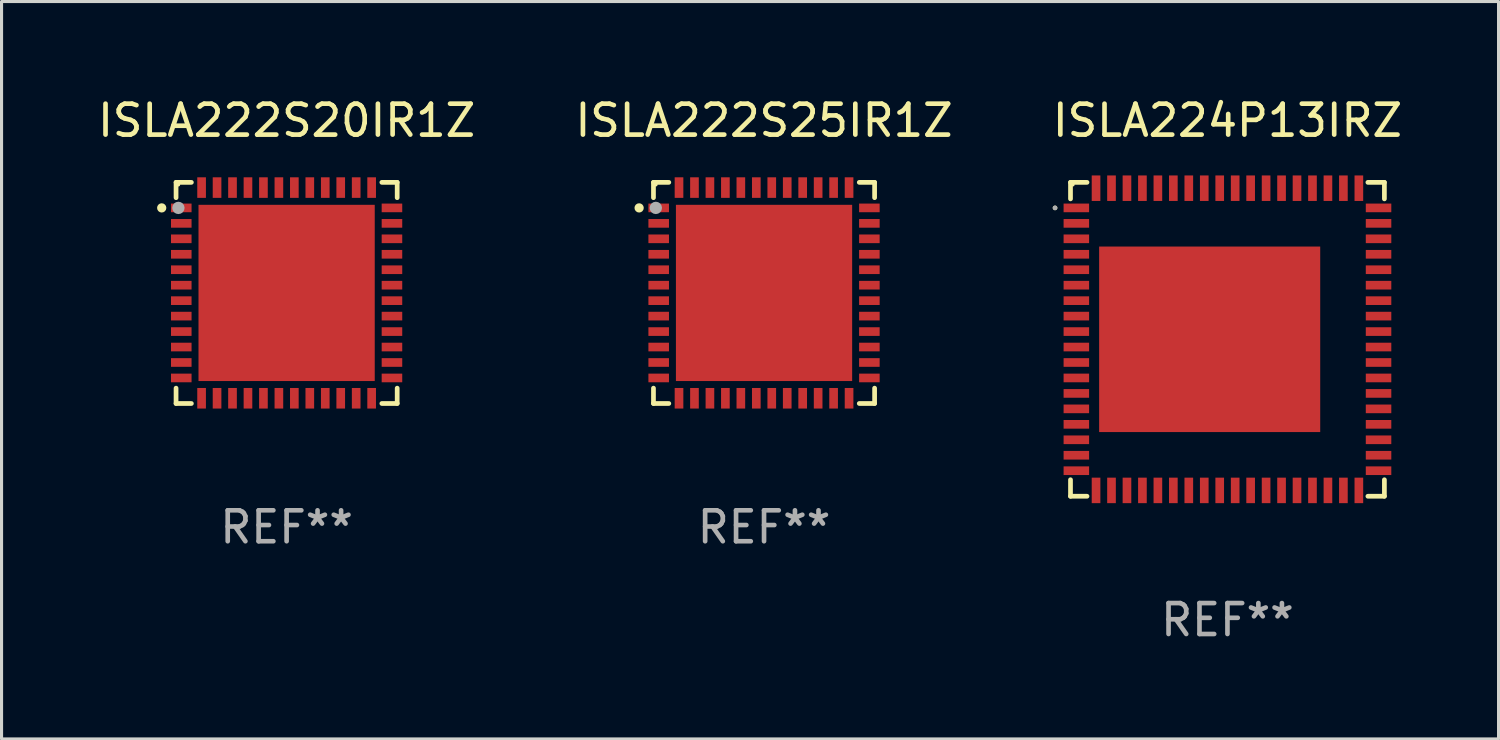
<source format=kicad_pcb>
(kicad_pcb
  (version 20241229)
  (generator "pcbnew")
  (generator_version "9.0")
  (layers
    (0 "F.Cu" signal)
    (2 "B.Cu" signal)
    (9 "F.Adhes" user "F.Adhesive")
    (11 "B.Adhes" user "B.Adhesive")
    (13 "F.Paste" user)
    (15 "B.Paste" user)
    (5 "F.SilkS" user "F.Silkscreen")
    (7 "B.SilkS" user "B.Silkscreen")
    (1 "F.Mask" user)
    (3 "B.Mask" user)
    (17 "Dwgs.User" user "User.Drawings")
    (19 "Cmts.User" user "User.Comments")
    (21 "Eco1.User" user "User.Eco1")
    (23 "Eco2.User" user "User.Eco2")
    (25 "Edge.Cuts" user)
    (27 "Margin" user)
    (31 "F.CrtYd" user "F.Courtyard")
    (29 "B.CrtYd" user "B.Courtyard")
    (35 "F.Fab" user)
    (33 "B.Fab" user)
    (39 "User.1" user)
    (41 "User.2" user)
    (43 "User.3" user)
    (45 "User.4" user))
  (footprint "ISLA222S20IR1Z"
    (layer "F.Cu")
    (at 6.22 6.424)
    (property "Reference" "ISLA222S20IR1Z" (at 0 -5.576 0) (layer "F.SilkS") (effects (font (size 1 1) (thickness 0.15))))
    (attr through_hole)
    (fp_line (start -3.576 -3.576) (end -3.576 -3.08) (stroke (width 0.152) (type solid)) (layer "F.SilkS"))
    (fp_line (start -3.576 3.576) (end -3.576 3.08) (stroke (width 0.152) (type solid)) (layer "F.SilkS"))
    (fp_line (start -3.08 -3.576) (end -3.576 -3.576) (stroke (width 0.152) (type solid)) (layer "F.SilkS"))
    (fp_line (start -3.08 3.576) (end -3.576 3.576) (stroke (width 0.152) (type solid)) (layer "F.SilkS"))
    (fp_line (start 3.08 -3.576) (end 3.576 -3.576) (stroke (width 0.152) (type solid)) (layer "F.SilkS"))
    (fp_line (start 3.08 3.576) (end 3.576 3.576) (stroke (width 0.152) (type solid)) (layer "F.SilkS"))
    (fp_line (start 3.576 -3.576) (end 3.576 -3.08) (stroke (width 0.152) (type solid)) (layer "F.SilkS"))
    (fp_line (start 3.576 3.576) (end 3.576 3.08) (stroke (width 0.152) (type solid)) (layer "F.SilkS"))
    (fp_circle (center -4.04 -2.75) (end -3.965 -2.75) (stroke (width 0.15) (type solid)) (fill no) (layer "F.SilkS"))
    (fp_circle (center -3.5 -3.5) (end -3.47 -3.5) (stroke (width 0.06) (type solid)) (fill no) (layer "F.SilkS"))
    (fp_circle (center -3.5 -2.75) (end -3.4 -2.75) (stroke (width 0.2) (type solid)) (fill no) (layer "F.Fab"))
    (fp_text user "REF**" (at 0 7.576 0) (layer "F.Fab") (effects (font (size 1 1) (thickness 0.15))))
    (pad "1" smd rect (at -3.407 -2.75) (size 0.665 0.28) (layers "F.Cu" "F.Mask" "F.Paste"))
    (pad "2" smd rect (at -3.407 -2.25) (size 0.665 0.28) (layers "F.Cu" "F.Mask" "F.Paste"))
    (pad "3" smd rect (at -3.407 -1.75) (size 0.665 0.28) (layers "F.Cu" "F.Mask" "F.Paste"))
    (pad "4" smd rect (at -3.407 -1.25) (size 0.665 0.28) (layers "F.Cu" "F.Mask" "F.Paste"))
    (pad "5" smd rect (at -3.407 -0.75) (size 0.665 0.28) (layers "F.Cu" "F.Mask" "F.Paste"))
    (pad "6" smd rect (at -3.407 -0.25) (size 0.665 0.28) (layers "F.Cu" "F.Mask" "F.Paste"))
    (pad "7" smd rect (at -3.407 0.25) (size 0.665 0.28) (layers "F.Cu" "F.Mask" "F.Paste"))
    (pad "8" smd rect (at -3.407 0.75) (size 0.665 0.28) (layers "F.Cu" "F.Mask" "F.Paste"))
    (pad "9" smd rect (at -3.407 1.25) (size 0.665 0.28) (layers "F.Cu" "F.Mask" "F.Paste"))
    (pad "10" smd rect (at -3.407 1.75) (size 0.665 0.28) (layers "F.Cu" "F.Mask" "F.Paste"))
    (pad "11" smd rect (at -3.407 2.25) (size 0.665 0.28) (layers "F.Cu" "F.Mask" "F.Paste"))
    (pad "12" smd rect (at -3.407 2.75) (size 0.665 0.28) (layers "F.Cu" "F.Mask" "F.Paste"))
    (pad "13" smd rect (at -2.75 3.407) (size 0.28 0.665) (layers "F.Cu" "F.Mask" "F.Paste"))
    (pad "14" smd rect (at -2.25 3.407) (size 0.28 0.665) (layers "F.Cu" "F.Mask" "F.Paste"))
    (pad "15" smd rect (at -1.75 3.407) (size 0.28 0.665) (layers "F.Cu" "F.Mask" "F.Paste"))
    (pad "16" smd rect (at -1.25 3.407) (size 0.28 0.665) (layers "F.Cu" "F.Mask" "F.Paste"))
    (pad "17" smd rect (at -0.75 3.407) (size 0.28 0.665) (layers "F.Cu" "F.Mask" "F.Paste"))
    (pad "18" smd rect (at -0.25 3.407) (size 0.28 0.665) (layers "F.Cu" "F.Mask" "F.Paste"))
    (pad "19" smd rect (at 0.25 3.407) (size 0.28 0.665) (layers "F.Cu" "F.Mask" "F.Paste"))
    (pad "20" smd rect (at 0.75 3.407) (size 0.28 0.665) (layers "F.Cu" "F.Mask" "F.Paste"))
    (pad "21" smd rect (at 1.25 3.407) (size 0.28 0.665) (layers "F.Cu" "F.Mask" "F.Paste"))
    (pad "22" smd rect (at 1.75 3.407) (size 0.28 0.665) (layers "F.Cu" "F.Mask" "F.Paste"))
    (pad "23" smd rect (at 2.25 3.407) (size 0.28 0.665) (layers "F.Cu" "F.Mask" "F.Paste"))
    (pad "24" smd rect (at 2.75 3.407) (size 0.28 0.665) (layers "F.Cu" "F.Mask" "F.Paste"))
    (pad "25" smd rect (at 3.407 2.75) (size 0.665 0.28) (layers "F.Cu" "F.Mask" "F.Paste"))
    (pad "26" smd rect (at 3.407 2.25) (size 0.665 0.28) (layers "F.Cu" "F.Mask" "F.Paste"))
    (pad "27" smd rect (at 3.407 1.75) (size 0.665 0.28) (layers "F.Cu" "F.Mask" "F.Paste"))
    (pad "28" smd rect (at 3.407 1.25) (size 0.665 0.28) (layers "F.Cu" "F.Mask" "F.Paste"))
    (pad "29" smd rect (at 3.407 0.75) (size 0.665 0.28) (layers "F.Cu" "F.Mask" "F.Paste"))
    (pad "30" smd rect (at 3.407 0.25) (size 0.665 0.28) (layers "F.Cu" "F.Mask" "F.Paste"))
    (pad "31" smd rect (at 3.407 -0.25) (size 0.665 0.28) (layers "F.Cu" "F.Mask" "F.Paste"))
    (pad "32" smd rect (at 3.407 -0.75) (size 0.665 0.28) (layers "F.Cu" "F.Mask" "F.Paste"))
    (pad "33" smd rect (at 3.407 -1.25) (size 0.665 0.28) (layers "F.Cu" "F.Mask" "F.Paste"))
    (pad "34" smd rect (at 3.407 -1.75) (size 0.665 0.28) (layers "F.Cu" "F.Mask" "F.Paste"))
    (pad "35" smd rect (at 3.407 -2.25) (size 0.665 0.28) (layers "F.Cu" "F.Mask" "F.Paste"))
    (pad "36" smd rect (at 3.407 -2.75) (size 0.665 0.28) (layers "F.Cu" "F.Mask" "F.Paste"))
    (pad "37" smd rect (at 2.75 -3.407) (size 0.28 0.665) (layers "F.Cu" "F.Mask" "F.Paste"))
    (pad "38" smd rect (at 2.25 -3.407) (size 0.28 0.665) (layers "F.Cu" "F.Mask" "F.Paste"))
    (pad "39" smd rect (at 1.75 -3.407) (size 0.28 0.665) (layers "F.Cu" "F.Mask" "F.Paste"))
    (pad "40" smd rect (at 1.25 -3.407) (size 0.28 0.665) (layers "F.Cu" "F.Mask" "F.Paste"))
    (pad "41" smd rect (at 0.75 -3.407) (size 0.28 0.665) (layers "F.Cu" "F.Mask" "F.Paste"))
    (pad "42" smd rect (at 0.25 -3.407) (size 0.28 0.665) (layers "F.Cu" "F.Mask" "F.Paste"))
    (pad "43" smd rect (at -0.25 -3.407) (size 0.28 0.665) (layers "F.Cu" "F.Mask" "F.Paste"))
    (pad "44" smd rect (at -0.75 -3.407) (size 0.28 0.665) (layers "F.Cu" "F.Mask" "F.Paste"))
    (pad "45" smd rect (at -1.25 -3.407) (size 0.28 0.665) (layers "F.Cu" "F.Mask" "F.Paste"))
    (pad "46" smd rect (at -1.75 -3.407) (size 0.28 0.665) (layers "F.Cu" "F.Mask" "F.Paste"))
    (pad "47" smd rect (at -2.25 -3.407) (size 0.28 0.665) (layers "F.Cu" "F.Mask" "F.Paste"))
    (pad "48" smd rect (at -2.75 -3.407) (size 0.28 0.665) (layers "F.Cu" "F.Mask" "F.Paste"))
    (pad "49" smd rect (at 0 0) (size 5.7 5.7) (layers "F.Cu" "F.Mask" "F.Paste")))
  (footprint "ISLA224P13IRZ"
    (layer "F.Cu")
    (at 36.649 7.924)
    (property "Reference" "ISLA224P13IRZ" (at 0 -7.076 0) (layer "F.SilkS") (effects (font (size 1 1) (thickness 0.15))))
    (attr through_hole)
    (fp_line (start -5.076 -5.076) (end -4.542 -5.076) (stroke (width 0.152) (type solid)) (layer "F.SilkS"))
    (fp_line (start -5.076 -4.542) (end -5.076 -5.076) (stroke (width 0.152) (type solid)) (layer "F.SilkS"))
    (fp_line (start -5.076 4.542) (end -5.076 5.076) (stroke (width 0.152) (type solid)) (layer "F.SilkS"))
    (fp_line (start -5.076 5.076) (end -4.542 5.076) (stroke (width 0.152) (type solid)) (layer "F.SilkS"))
    (fp_line (start 5.076 -5.076) (end 4.542 -5.076) (stroke (width 0.152) (type solid)) (layer "F.SilkS"))
    (fp_line (start 5.076 -4.542) (end 5.076 -5.076) (stroke (width 0.152) (type solid)) (layer "F.SilkS"))
    (fp_line (start 5.076 4.542) (end 5.076 5.076) (stroke (width 0.152) (type solid)) (layer "F.SilkS"))
    (fp_line (start 5.076 5.076) (end 4.542 5.076) (stroke (width 0.152) (type solid)) (layer "F.SilkS"))
    (fp_circle (center -5.576 -4.25) (end -5.538 -4.25) (stroke (width 0.075) (type solid)) (fill no) (layer "F.SilkS"))
    (fp_circle (center -5 -5) (end -4.97 -5) (stroke (width 0.06) (type solid)) (fill no) (layer "F.SilkS"))
    (fp_circle (center -5.576 -4.25) (end -5.538 -4.25) (stroke (width 0.075) (type solid)) (fill no) (layer "F.Fab"))
    (fp_text user "REF**" (at 0 9.076 0) (layer "F.Fab") (effects (font (size 1 1) (thickness 0.15))))
    (pad "1" smd rect (at -4.887 -4.25) (size 0.825 0.28) (layers "F.Cu" "F.Mask" "F.Paste"))
    (pad "2" smd rect (at -4.887 -3.75) (size 0.825 0.28) (layers "F.Cu" "F.Mask" "F.Paste"))
    (pad "3" smd rect (at -4.887 -3.25) (size 0.825 0.28) (layers "F.Cu" "F.Mask" "F.Paste"))
    (pad "4" smd rect (at -4.887 -2.75) (size 0.825 0.28) (layers "F.Cu" "F.Mask" "F.Paste"))
    (pad "5" smd rect (at -4.887 -2.25) (size 0.825 0.28) (layers "F.Cu" "F.Mask" "F.Paste"))
    (pad "6" smd rect (at -4.887 -1.75) (size 0.825 0.28) (layers "F.Cu" "F.Mask" "F.Paste"))
    (pad "7" smd rect (at -4.887 -1.25) (size 0.825 0.28) (layers "F.Cu" "F.Mask" "F.Paste"))
    (pad "8" smd rect (at -4.887 -0.75) (size 0.825 0.28) (layers "F.Cu" "F.Mask" "F.Paste"))
    (pad "9" smd rect (at -4.887 -0.25) (size 0.825 0.28) (layers "F.Cu" "F.Mask" "F.Paste"))
    (pad "10" smd rect (at -4.887 0.25) (size 0.825 0.28) (layers "F.Cu" "F.Mask" "F.Paste"))
    (pad "11" smd rect (at -4.887 0.75) (size 0.825 0.28) (layers "F.Cu" "F.Mask" "F.Paste"))
    (pad "12" smd rect (at -4.887 1.25) (size 0.825 0.28) (layers "F.Cu" "F.Mask" "F.Paste"))
    (pad "13" smd rect (at -4.887 1.75) (size 0.825 0.28) (layers "F.Cu" "F.Mask" "F.Paste"))
    (pad "14" smd rect (at -4.887 2.25) (size 0.825 0.28) (layers "F.Cu" "F.Mask" "F.Paste"))
    (pad "15" smd rect (at -4.887 2.75) (size 0.825 0.28) (layers "F.Cu" "F.Mask" "F.Paste"))
    (pad "16" smd rect (at -4.887 3.25) (size 0.825 0.28) (layers "F.Cu" "F.Mask" "F.Paste"))
    (pad "17" smd rect (at -4.887 3.75) (size 0.825 0.28) (layers "F.Cu" "F.Mask" "F.Paste"))
    (pad "18" smd rect (at -4.887 4.25) (size 0.825 0.28) (layers "F.Cu" "F.Mask" "F.Paste"))
    (pad "19" smd rect (at -4.25 4.887) (size 0.28 0.825) (layers "F.Cu" "F.Mask" "F.Paste"))
    (pad "20" smd rect (at -3.75 4.887) (size 0.28 0.825) (layers "F.Cu" "F.Mask" "F.Paste"))
    (pad "21" smd rect (at -3.25 4.887) (size 0.28 0.825) (layers "F.Cu" "F.Mask" "F.Paste"))
    (pad "22" smd rect (at -2.75 4.887) (size 0.28 0.825) (layers "F.Cu" "F.Mask" "F.Paste"))
    (pad "23" smd rect (at -2.25 4.887) (size 0.28 0.825) (layers "F.Cu" "F.Mask" "F.Paste"))
    (pad "24" smd rect (at -1.75 4.887) (size 0.28 0.825) (layers "F.Cu" "F.Mask" "F.Paste"))
    (pad "25" smd rect (at -1.25 4.887) (size 0.28 0.825) (layers "F.Cu" "F.Mask" "F.Paste"))
    (pad "26" smd rect (at -0.75 4.887) (size 0.28 0.825) (layers "F.Cu" "F.Mask" "F.Paste"))
    (pad "27" smd rect (at -0.25 4.887) (size 0.28 0.825) (layers "F.Cu" "F.Mask" "F.Paste"))
    (pad "28" smd rect (at 0.25 4.887) (size 0.28 0.825) (layers "F.Cu" "F.Mask" "F.Paste"))
    (pad "29" smd rect (at 0.75 4.887) (size 0.28 0.825) (layers "F.Cu" "F.Mask" "F.Paste"))
    (pad "30" smd rect (at 1.25 4.887) (size 0.28 0.825) (layers "F.Cu" "F.Mask" "F.Paste"))
    (pad "31" smd rect (at 1.75 4.887) (size 0.28 0.825) (layers "F.Cu" "F.Mask" "F.Paste"))
    (pad "32" smd rect (at 2.25 4.887) (size 0.28 0.825) (layers "F.Cu" "F.Mask" "F.Paste"))
    (pad "33" smd rect (at 2.75 4.887) (size 0.28 0.825) (layers "F.Cu" "F.Mask" "F.Paste"))
    (pad "34" smd rect (at 3.25 4.887) (size 0.28 0.825) (layers "F.Cu" "F.Mask" "F.Paste"))
    (pad "35" smd rect (at 3.75 4.887) (size 0.28 0.825) (layers "F.Cu" "F.Mask" "F.Paste"))
    (pad "36" smd rect (at 4.25 4.887) (size 0.28 0.825) (layers "F.Cu" "F.Mask" "F.Paste"))
    (pad "37" smd rect (at 4.887 4.25) (size 0.825 0.28) (layers "F.Cu" "F.Mask" "F.Paste"))
    (pad "38" smd rect (at 4.887 3.75) (size 0.825 0.28) (layers "F.Cu" "F.Mask" "F.Paste"))
    (pad "39" smd rect (at 4.887 3.25) (size 0.825 0.28) (layers "F.Cu" "F.Mask" "F.Paste"))
    (pad "40" smd rect (at 4.887 2.75) (size 0.825 0.28) (layers "F.Cu" "F.Mask" "F.Paste"))
    (pad "41" smd rect (at 4.887 2.25) (size 0.825 0.28) (layers "F.Cu" "F.Mask" "F.Paste"))
    (pad "42" smd rect (at 4.887 1.75) (size 0.825 0.28) (layers "F.Cu" "F.Mask" "F.Paste"))
    (pad "43" smd rect (at 4.887 1.25) (size 0.825 0.28) (layers "F.Cu" "F.Mask" "F.Paste"))
    (pad "44" smd rect (at 4.887 0.75) (size 0.825 0.28) (layers "F.Cu" "F.Mask" "F.Paste"))
    (pad "45" smd rect (at 4.887 0.25) (size 0.825 0.28) (layers "F.Cu" "F.Mask" "F.Paste"))
    (pad "46" smd rect (at 4.887 -0.25) (size 0.825 0.28) (layers "F.Cu" "F.Mask" "F.Paste"))
    (pad "47" smd rect (at 4.887 -0.75) (size 0.825 0.28) (layers "F.Cu" "F.Mask" "F.Paste"))
    (pad "48" smd rect (at 4.887 -1.25) (size 0.825 0.28) (layers "F.Cu" "F.Mask" "F.Paste"))
    (pad "49" smd rect (at 4.887 -1.75) (size 0.825 0.28) (layers "F.Cu" "F.Mask" "F.Paste"))
    (pad "50" smd rect (at 4.887 -2.25) (size 0.825 0.28) (layers "F.Cu" "F.Mask" "F.Paste"))
    (pad "51" smd rect (at 4.887 -2.75) (size 0.825 0.28) (layers "F.Cu" "F.Mask" "F.Paste"))
    (pad "52" smd rect (at 4.887 -3.25) (size 0.825 0.28) (layers "F.Cu" "F.Mask" "F.Paste"))
    (pad "53" smd rect (at 4.887 -3.75) (size 0.825 0.28) (layers "F.Cu" "F.Mask" "F.Paste"))
    (pad "54" smd rect (at 4.887 -4.25) (size 0.825 0.28) (layers "F.Cu" "F.Mask" "F.Paste"))
    (pad "55" smd rect (at 4.25 -4.887) (size 0.28 0.825) (layers "F.Cu" "F.Mask" "F.Paste"))
    (pad "56" smd rect (at 3.75 -4.887) (size 0.28 0.825) (layers "F.Cu" "F.Mask" "F.Paste"))
    (pad "57" smd rect (at 3.25 -4.887) (size 0.28 0.825) (layers "F.Cu" "F.Mask" "F.Paste"))
    (pad "58" smd rect (at 2.75 -4.887) (size 0.28 0.825) (layers "F.Cu" "F.Mask" "F.Paste"))
    (pad "59" smd rect (at 2.25 -4.887) (size 0.28 0.825) (layers "F.Cu" "F.Mask" "F.Paste"))
    (pad "60" smd rect (at 1.75 -4.887) (size 0.28 0.825) (layers "F.Cu" "F.Mask" "F.Paste"))
    (pad "61" smd rect (at 1.25 -4.887) (size 0.28 0.825) (layers "F.Cu" "F.Mask" "F.Paste"))
    (pad "62" smd rect (at 0.75 -4.887) (size 0.28 0.825) (layers "F.Cu" "F.Mask" "F.Paste"))
    (pad "63" smd rect (at 0.25 -4.887) (size 0.28 0.825) (layers "F.Cu" "F.Mask" "F.Paste"))
    (pad "64" smd rect (at -0.25 -4.887) (size 0.28 0.825) (layers "F.Cu" "F.Mask" "F.Paste"))
    (pad "65" smd rect (at -0.75 -4.887) (size 0.28 0.825) (layers "F.Cu" "F.Mask" "F.Paste"))
    (pad "66" smd rect (at -1.25 -4.887) (size 0.28 0.825) (layers "F.Cu" "F.Mask" "F.Paste"))
    (pad "67" smd rect (at -1.75 -4.887) (size 0.28 0.825) (layers "F.Cu" "F.Mask" "F.Paste"))
    (pad "68" smd rect (at -2.25 -4.887) (size 0.28 0.825) (layers "F.Cu" "F.Mask" "F.Paste"))
    (pad "69" smd rect (at -2.75 -4.887) (size 0.28 0.825) (layers "F.Cu" "F.Mask" "F.Paste"))
    (pad "70" smd rect (at -3.25 -4.887) (size 0.28 0.825) (layers "F.Cu" "F.Mask" "F.Paste"))
    (pad "71" smd rect (at -3.75 -4.887) (size 0.28 0.825) (layers "F.Cu" "F.Mask" "F.Paste"))
    (pad "72" smd rect (at -4.25 -4.887) (size 0.28 0.825) (layers "F.Cu" "F.Mask" "F.Paste"))
    (pad "73" smd rect (at -0.575 0) (size 7.15 6) (layers "F.Cu" "F.Mask" "F.Paste")))
  (footprint "ISLA222S25IR1Z"
    (layer "F.Cu")
    (at 21.661 6.424)
    (property "Reference" "ISLA222S25IR1Z" (at 0 -5.576 0) (layer "F.SilkS") (effects (font (size 1 1) (thickness 0.15))))
    (attr through_hole)
    (fp_line (start -3.576 -3.576) (end -3.576 -3.08) (stroke (width 0.152) (type solid)) (layer "F.SilkS"))
    (fp_line (start -3.576 3.576) (end -3.576 3.08) (stroke (width 0.152) (type solid)) (layer "F.SilkS"))
    (fp_line (start -3.08 -3.576) (end -3.576 -3.576) (stroke (width 0.152) (type solid)) (layer "F.SilkS"))
    (fp_line (start -3.08 3.576) (end -3.576 3.576) (stroke (width 0.152) (type solid)) (layer "F.SilkS"))
    (fp_line (start 3.08 -3.576) (end 3.576 -3.576) (stroke (width 0.152) (type solid)) (layer "F.SilkS"))
    (fp_line (start 3.08 3.576) (end 3.576 3.576) (stroke (width 0.152) (type solid)) (layer "F.SilkS"))
    (fp_line (start 3.576 -3.576) (end 3.576 -3.08) (stroke (width 0.152) (type solid)) (layer "F.SilkS"))
    (fp_line (start 3.576 3.576) (end 3.576 3.08) (stroke (width 0.152) (type solid)) (layer "F.SilkS"))
    (fp_circle (center -4.04 -2.75) (end -3.965 -2.75) (stroke (width 0.15) (type solid)) (fill no) (layer "F.SilkS"))
    (fp_circle (center -3.5 -3.5) (end -3.47 -3.5) (stroke (width 0.06) (type solid)) (fill no) (layer "F.SilkS"))
    (fp_circle (center -3.5 -2.75) (end -3.4 -2.75) (stroke (width 0.2) (type solid)) (fill no) (layer "F.Fab"))
    (fp_text user "REF**" (at 0 7.576 0) (layer "F.Fab") (effects (font (size 1 1) (thickness 0.15))))
    (pad "1" smd rect (at -3.407 -2.75) (size 0.665 0.28) (layers "F.Cu" "F.Mask" "F.Paste"))
    (pad "2" smd rect (at -3.407 -2.25) (size 0.665 0.28) (layers "F.Cu" "F.Mask" "F.Paste"))
    (pad "3" smd rect (at -3.407 -1.75) (size 0.665 0.28) (layers "F.Cu" "F.Mask" "F.Paste"))
    (pad "4" smd rect (at -3.407 -1.25) (size 0.665 0.28) (layers "F.Cu" "F.Mask" "F.Paste"))
    (pad "5" smd rect (at -3.407 -0.75) (size 0.665 0.28) (layers "F.Cu" "F.Mask" "F.Paste"))
    (pad "6" smd rect (at -3.407 -0.25) (size 0.665 0.28) (layers "F.Cu" "F.Mask" "F.Paste"))
    (pad "7" smd rect (at -3.407 0.25) (size 0.665 0.28) (layers "F.Cu" "F.Mask" "F.Paste"))
    (pad "8" smd rect (at -3.407 0.75) (size 0.665 0.28) (layers "F.Cu" "F.Mask" "F.Paste"))
    (pad "9" smd rect (at -3.407 1.25) (size 0.665 0.28) (layers "F.Cu" "F.Mask" "F.Paste"))
    (pad "10" smd rect (at -3.407 1.75) (size 0.665 0.28) (layers "F.Cu" "F.Mask" "F.Paste"))
    (pad "11" smd rect (at -3.407 2.25) (size 0.665 0.28) (layers "F.Cu" "F.Mask" "F.Paste"))
    (pad "12" smd rect (at -3.407 2.75) (size 0.665 0.28) (layers "F.Cu" "F.Mask" "F.Paste"))
    (pad "13" smd rect (at -2.75 3.407) (size 0.28 0.665) (layers "F.Cu" "F.Mask" "F.Paste"))
    (pad "14" smd rect (at -2.25 3.407) (size 0.28 0.665) (layers "F.Cu" "F.Mask" "F.Paste"))
    (pad "15" smd rect (at -1.75 3.407) (size 0.28 0.665) (layers "F.Cu" "F.Mask" "F.Paste"))
    (pad "16" smd rect (at -1.25 3.407) (size 0.28 0.665) (layers "F.Cu" "F.Mask" "F.Paste"))
    (pad "17" smd rect (at -0.75 3.407) (size 0.28 0.665) (layers "F.Cu" "F.Mask" "F.Paste"))
    (pad "18" smd rect (at -0.25 3.407) (size 0.28 0.665) (layers "F.Cu" "F.Mask" "F.Paste"))
    (pad "19" smd rect (at 0.25 3.407) (size 0.28 0.665) (layers "F.Cu" "F.Mask" "F.Paste"))
    (pad "20" smd rect (at 0.75 3.407) (size 0.28 0.665) (layers "F.Cu" "F.Mask" "F.Paste"))
    (pad "21" smd rect (at 1.25 3.407) (size 0.28 0.665) (layers "F.Cu" "F.Mask" "F.Paste"))
    (pad "22" smd rect (at 1.75 3.407) (size 0.28 0.665) (layers "F.Cu" "F.Mask" "F.Paste"))
    (pad "23" smd rect (at 2.25 3.407) (size 0.28 0.665) (layers "F.Cu" "F.Mask" "F.Paste"))
    (pad "24" smd rect (at 2.75 3.407) (size 0.28 0.665) (layers "F.Cu" "F.Mask" "F.Paste"))
    (pad "25" smd rect (at 3.407 2.75) (size 0.665 0.28) (layers "F.Cu" "F.Mask" "F.Paste"))
    (pad "26" smd rect (at 3.407 2.25) (size 0.665 0.28) (layers "F.Cu" "F.Mask" "F.Paste"))
    (pad "27" smd rect (at 3.407 1.75) (size 0.665 0.28) (layers "F.Cu" "F.Mask" "F.Paste"))
    (pad "28" smd rect (at 3.407 1.25) (size 0.665 0.28) (layers "F.Cu" "F.Mask" "F.Paste"))
    (pad "29" smd rect (at 3.407 0.75) (size 0.665 0.28) (layers "F.Cu" "F.Mask" "F.Paste"))
    (pad "30" smd rect (at 3.407 0.25) (size 0.665 0.28) (layers "F.Cu" "F.Mask" "F.Paste"))
    (pad "31" smd rect (at 3.407 -0.25) (size 0.665 0.28) (layers "F.Cu" "F.Mask" "F.Paste"))
    (pad "32" smd rect (at 3.407 -0.75) (size 0.665 0.28) (layers "F.Cu" "F.Mask" "F.Paste"))
    (pad "33" smd rect (at 3.407 -1.25) (size 0.665 0.28) (layers "F.Cu" "F.Mask" "F.Paste"))
    (pad "34" smd rect (at 3.407 -1.75) (size 0.665 0.28) (layers "F.Cu" "F.Mask" "F.Paste"))
    (pad "35" smd rect (at 3.407 -2.25) (size 0.665 0.28) (layers "F.Cu" "F.Mask" "F.Paste"))
    (pad "36" smd rect (at 3.407 -2.75) (size 0.665 0.28) (layers "F.Cu" "F.Mask" "F.Paste"))
    (pad "37" smd rect (at 2.75 -3.407) (size 0.28 0.665) (layers "F.Cu" "F.Mask" "F.Paste"))
    (pad "38" smd rect (at 2.25 -3.407) (size 0.28 0.665) (layers "F.Cu" "F.Mask" "F.Paste"))
    (pad "39" smd rect (at 1.75 -3.407) (size 0.28 0.665) (layers "F.Cu" "F.Mask" "F.Paste"))
    (pad "40" smd rect (at 1.25 -3.407) (size 0.28 0.665) (layers "F.Cu" "F.Mask" "F.Paste"))
    (pad "41" smd rect (at 0.75 -3.407) (size 0.28 0.665) (layers "F.Cu" "F.Mask" "F.Paste"))
    (pad "42" smd rect (at 0.25 -3.407) (size 0.28 0.665) (layers "F.Cu" "F.Mask" "F.Paste"))
    (pad "43" smd rect (at -0.25 -3.407) (size 0.28 0.665) (layers "F.Cu" "F.Mask" "F.Paste"))
    (pad "44" smd rect (at -0.75 -3.407) (size 0.28 0.665) (layers "F.Cu" "F.Mask" "F.Paste"))
    (pad "45" smd rect (at -1.25 -3.407) (size 0.28 0.665) (layers "F.Cu" "F.Mask" "F.Paste"))
    (pad "46" smd rect (at -1.75 -3.407) (size 0.28 0.665) (layers "F.Cu" "F.Mask" "F.Paste"))
    (pad "47" smd rect (at -2.25 -3.407) (size 0.28 0.665) (layers "F.Cu" "F.Mask" "F.Paste"))
    (pad "48" smd rect (at -2.75 -3.407) (size 0.28 0.665) (layers "F.Cu" "F.Mask" "F.Paste"))
    (pad "49" smd rect (at 0 0) (size 5.7 5.7) (layers "F.Cu" "F.Mask" "F.Paste")))
  (gr_rect
    (start -3 -3)
    (end 45.417 20.849)
    (stroke (width 0.1) (type default))
    (fill no)
    (layer "Edge.Cuts")))
</source>
